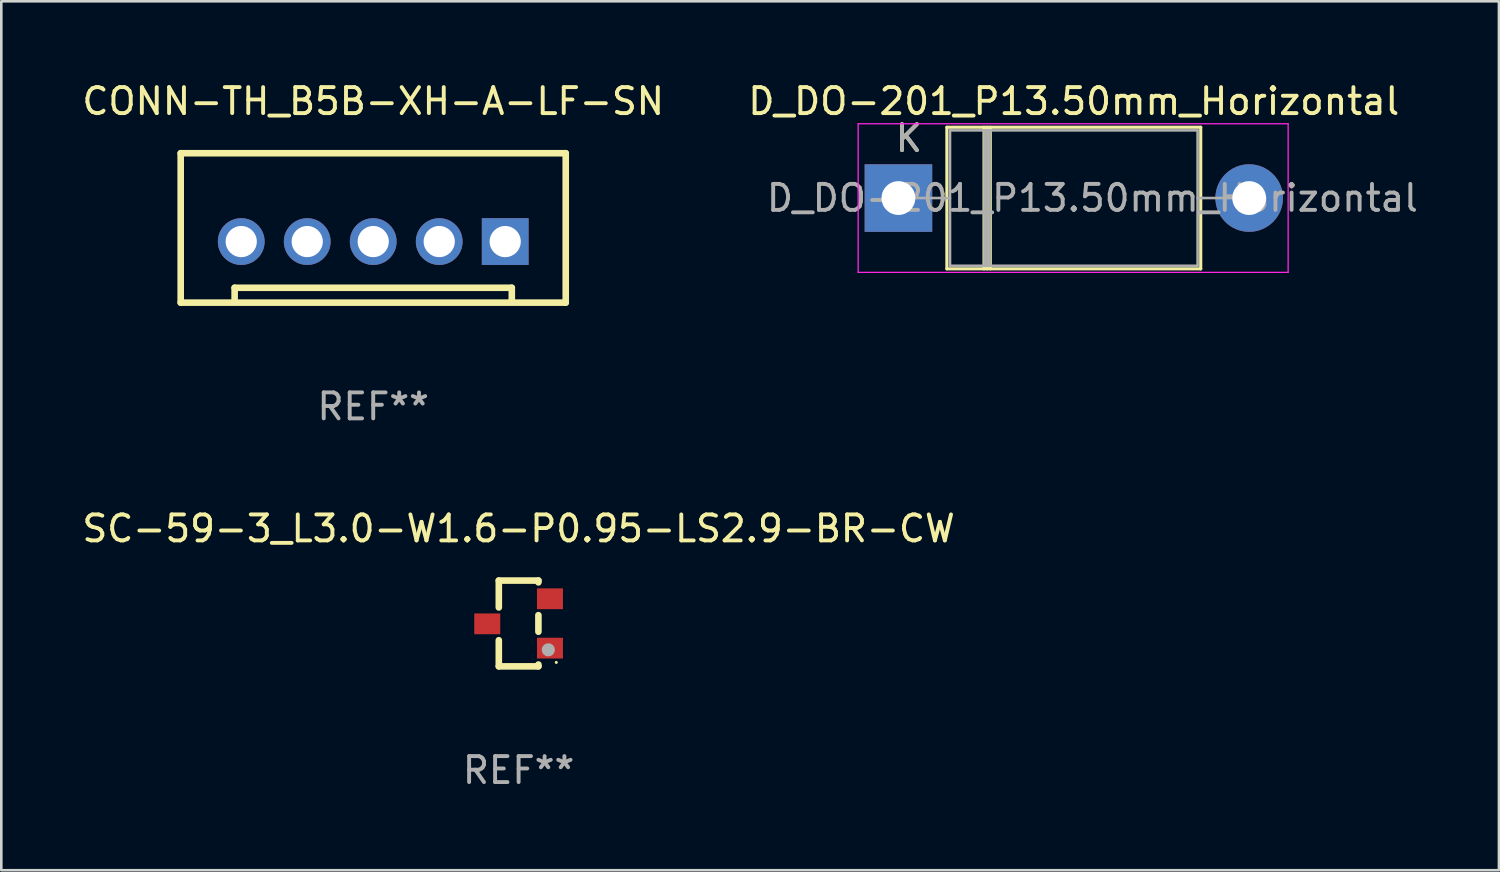
<source format=kicad_pcb>
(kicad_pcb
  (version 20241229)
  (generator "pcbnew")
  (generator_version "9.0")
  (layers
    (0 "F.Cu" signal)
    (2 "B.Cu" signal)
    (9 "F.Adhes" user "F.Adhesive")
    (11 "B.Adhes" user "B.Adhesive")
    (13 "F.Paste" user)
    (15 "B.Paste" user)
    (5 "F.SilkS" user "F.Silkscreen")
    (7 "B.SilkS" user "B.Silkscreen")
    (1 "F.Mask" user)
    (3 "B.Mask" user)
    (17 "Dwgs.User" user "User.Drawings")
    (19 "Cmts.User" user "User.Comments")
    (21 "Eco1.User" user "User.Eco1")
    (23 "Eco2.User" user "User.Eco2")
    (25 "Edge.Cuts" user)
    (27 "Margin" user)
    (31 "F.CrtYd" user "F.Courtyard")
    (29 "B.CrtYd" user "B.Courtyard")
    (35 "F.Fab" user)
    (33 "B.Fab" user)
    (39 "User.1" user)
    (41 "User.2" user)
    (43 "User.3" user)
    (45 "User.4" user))
  (footprint "SC-59-3_L3.0-W1.6-P0.95-LS2.9-BR-CW"
    (layer "F.Cu")
    (at 16.911 20.946)
    (property "Reference" "SC-59-3_L3.0-W1.6-P0.95-LS2.9-BR-CW" (at 0 -3.651 0) (layer "F.SilkS") (effects (font (size 1 1) (thickness 0.15))))
    (attr smd)
    (fp_line (start -0.762 -1.651) (end 0.762 -1.651) (stroke (width 0.254) (type solid)) (layer "F.SilkS"))
    (fp_line (start -0.762 -0.616) (end -0.762 -1.651) (stroke (width 0.254) (type solid)) (layer "F.SilkS"))
    (fp_line (start -0.762 1.651) (end -0.762 0.646) (stroke (width 0.254) (type solid)) (layer "F.SilkS"))
    (fp_line (start 0.762 -1.651) (end 0.762 -1.581) (stroke (width 0.254) (type solid)) (layer "F.SilkS"))
    (fp_line (start 0.762 -0.319) (end 0.762 0.319) (stroke (width 0.254) (type solid)) (layer "F.SilkS"))
    (fp_line (start 0.762 1.581) (end 0.762 1.651) (stroke (width 0.254) (type solid)) (layer "F.SilkS"))
    (fp_line (start 0.762 1.651) (end -0.762 1.651) (stroke (width 0.254) (type solid)) (layer "F.SilkS"))
    (fp_circle (center 1.45 1.5) (end 1.48 1.5) (stroke (width 0.06) (type solid)) (fill no) (layer "F.SilkS"))
    (fp_circle (center 1.143 1.016) (end 1.27 1.016) (stroke (width 0.254) (type solid)) (fill no) (layer "F.Fab"))
    (fp_text user "REF**" (at 0 5.651 0) (layer "F.Fab") (effects (font (size 1 1) (thickness 0.15))))
    (pad "1" smd rect (at 1.207 0.95 90) (size 0.8 1) (layers "F.Cu" "F.Mask" "F.Paste"))
    (pad "2" smd rect (at -1.207 0.015 90) (size 0.8 1) (layers "F.Cu" "F.Mask" "F.Paste"))
    (pad "3" smd rect (at 1.207 -0.95 90) (size 0.8 1) (layers "F.Cu" "F.Mask" "F.Paste")))
  (footprint "CONN-TH_B5B-XH-A-LF-SN"
    (layer "F.Cu")
    (at 11.315 6.248)
    (property "Reference" "CONN-TH_B5B-XH-A-LF-SN" (at 0.000013 -5.4 0) (layer "F.SilkS") (effects (font (size 1 1) (thickness 0.15))))
    (attr through_hole)
    (fp_line (start -7.41 -3.4) (end -7.41 2.35) (stroke (width 0.254) (type solid)) (layer "F.SilkS"))
    (fp_line (start -7.41 2.35) (end 7.41 2.35) (stroke (width 0.254) (type solid)) (layer "F.SilkS"))
    (fp_line (start -5.334 1.778) (end 5.334 1.778) (stroke (width 0.254) (type solid)) (layer "F.SilkS"))
    (fp_line (start -5.334 2.286) (end -5.334 1.778) (stroke (width 0.254) (type solid)) (layer "F.SilkS"))
    (fp_line (start 5.334 1.778) (end 5.334 2.286) (stroke (width 0.254) (type solid)) (layer "F.SilkS"))
    (fp_line (start 5.334 2.286) (end 5.334 2.286) (stroke (width 0.254) (type solid)) (layer "F.SilkS"))
    (fp_line (start 7.41 2.35) (end 7.41 -3.4) (stroke (width 0.254) (type solid)) (layer "F.SilkS"))
    (fp_line (start 7.41 -3.4) (end -7.41 -3.4) (stroke (width 0.254) (type solid)) (layer "F.SilkS"))
    (fp_circle (center 7.45 -3.4) (end 7.48 -3.4) (stroke (width 0.06) (type solid)) (fill no) (layer "F.SilkS"))
    (fp_text user "REF**" (at 0.000013 6.35 0) (layer "F.Fab") (effects (font (size 1 1) (thickness 0.15))))
    (pad "1" thru_hole rect (at 5.08 0 180) (size 1.8 1.8) (drill 1.2) (layers "*.Cu" "*.Mask"))
    (pad "2" thru_hole circle (at 2.54 0) (size 1.8 1.8) (drill 1.2) (layers "*.Cu" "*.Mask"))
    (pad "3" thru_hole circle (at 0 0) (size 1.8 1.8) (drill 1.2) (layers "*.Cu" "*.Mask"))
    (pad "4" thru_hole circle (at -2.54 0) (size 1.8 1.8) (drill 1.2) (layers "*.Cu" "*.Mask"))
    (pad "5" thru_hole circle (at -5.08 0) (size 1.8 1.8) (drill 1.2) (layers "*.Cu" "*.Mask")))
  (footprint "D_DO-201_P13.50mm_Horizontal"
    (layer "F.Cu")
    (at 31.53 4.573)
    (property "Reference" "D_DO-201_P13.50mm_Horizontal" (at 6.75 -3.725 0) (layer "F.SilkS") (effects (font (size 1 1) (thickness 0.15))))
    (attr through_hole)
    (fp_line (start 1.865 -2.725) (end 11.635 -2.725) (stroke (width 0.12) (type solid)) (layer "F.SilkS"))
    (fp_line (start 1.865 2.725) (end 1.865 -2.725) (stroke (width 0.12) (type solid)) (layer "F.SilkS"))
    (fp_line (start 1.865 2.725) (end 11.635 2.725) (stroke (width 0.12) (type solid)) (layer "F.SilkS"))
    (fp_line (start 3.295 -2.725) (end 3.295 2.725) (stroke (width 0.12) (type solid)) (layer "F.SilkS"))
    (fp_line (start 3.414 -2.725) (end 3.414 2.725) (stroke (width 0.12) (type solid)) (layer "F.SilkS"))
    (fp_line (start 3.534 -2.725) (end 3.534 2.725) (stroke (width 0.12) (type solid)) (layer "F.SilkS"))
    (fp_line (start 11.635 2.725) (end 11.635 -2.725) (stroke (width 0.12) (type solid)) (layer "F.SilkS"))
    (fp_line (start -1.55 -2.86) (end -1.55 2.86) (stroke (width 0.05) (type solid)) (layer "F.CrtYd"))
    (fp_line (start -1.55 2.86) (end 15 2.86) (stroke (width 0.05) (type solid)) (layer "F.CrtYd"))
    (fp_line (start 15 -2.86) (end -1.55 -2.86) (stroke (width 0.05) (type solid)) (layer "F.CrtYd"))
    (fp_line (start 15 2.86) (end 15 -2.86) (stroke (width 0.05) (type solid)) (layer "F.CrtYd"))
    (fp_line (start 0.4 0) (end 1.985 0) (stroke (width 0.1) (type solid)) (layer "F.Fab"))
    (fp_line (start 1.985 -2.605) (end 1.985 2.605) (stroke (width 0.1) (type solid)) (layer "F.Fab"))
    (fp_line (start 1.985 2.605) (end 11.515 2.605) (stroke (width 0.1) (type solid)) (layer "F.Fab"))
    (fp_line (start 3.314 -2.605) (end 3.314 2.605) (stroke (width 0.1) (type solid)) (layer "F.Fab"))
    (fp_line (start 3.414 -2.605) (end 3.414 2.605) (stroke (width 0.1) (type solid)) (layer "F.Fab"))
    (fp_line (start 3.514 -2.605) (end 3.514 2.605) (stroke (width 0.1) (type solid)) (layer "F.Fab"))
    (fp_line (start 11.515 -2.605) (end 1.985 -2.605) (stroke (width 0.1) (type solid)) (layer "F.Fab"))
    (fp_line (start 11.515 2.605) (end 11.515 -2.605) (stroke (width 0.1) (type solid)) (layer "F.Fab"))
    (fp_line (start 13.1 0) (end 11.515 0) (stroke (width 0.1) (type solid)) (layer "F.Fab"))
    (fp_text user "K" (at 0.4 -2.3 0) (layer "F.SilkS") (effects (font (size 1 1) (thickness 0.15))))
    (fp_text user "K" (at 0.4 -2.3 0) (layer "F.Fab") (effects (font (size 1 1) (thickness 0.15))))
    (fp_text user "${REFERENCE}" (at 7.465 0 0) (layer "F.Fab") (effects (font (size 1 1) (thickness 0.15))))
    (pad "1" thru_hole rect (at 0 0) (size 2.6 2.6) (drill 1.3) (layers "*.Cu" "*.Mask"))
    (pad "2" thru_hole oval (at 13.5 0) (size 2.6 2.6) (drill 1.3) (layers "*.Cu" "*.Mask")))
  (gr_rect
    (start -3 -3)
    (end 54.643 30.445)
    (stroke (width 0.1) (type default))
    (fill no)
    (layer "Edge.Cuts")))
</source>
